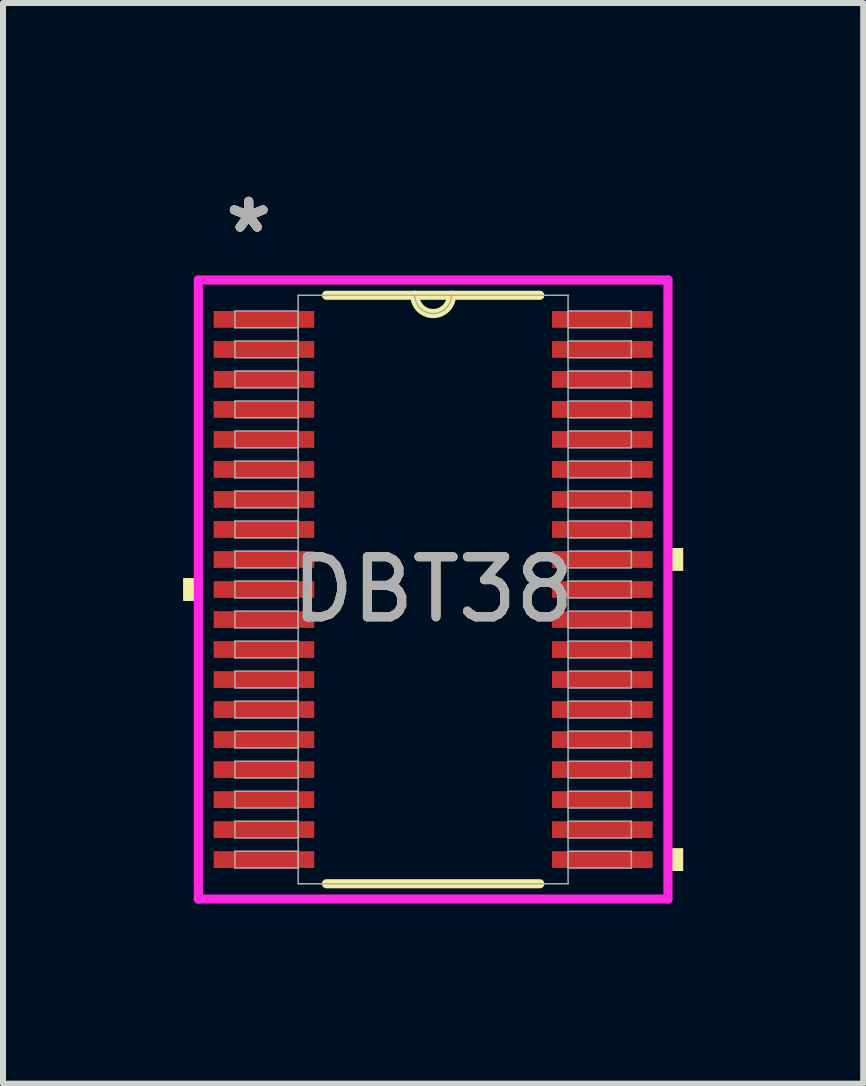
<source format=kicad_pcb>
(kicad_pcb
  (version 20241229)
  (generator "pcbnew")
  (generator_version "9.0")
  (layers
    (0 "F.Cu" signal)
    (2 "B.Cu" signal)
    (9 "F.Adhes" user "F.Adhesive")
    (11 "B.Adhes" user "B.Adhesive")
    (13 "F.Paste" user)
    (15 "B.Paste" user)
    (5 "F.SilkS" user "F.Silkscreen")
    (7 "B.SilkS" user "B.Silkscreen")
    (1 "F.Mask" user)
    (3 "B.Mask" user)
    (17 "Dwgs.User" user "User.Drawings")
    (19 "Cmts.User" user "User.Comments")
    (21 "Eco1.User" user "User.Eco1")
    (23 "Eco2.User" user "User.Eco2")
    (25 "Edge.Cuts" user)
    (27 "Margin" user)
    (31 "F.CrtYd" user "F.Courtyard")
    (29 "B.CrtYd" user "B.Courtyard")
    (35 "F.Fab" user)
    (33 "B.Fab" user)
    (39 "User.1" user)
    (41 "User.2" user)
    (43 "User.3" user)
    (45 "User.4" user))
  (footprint "DBT38"
    (layer "F.Cu")
    (at 4.166 6.771)
    (property "Reference" "DBT38" (at 0 0 0) (unlocked yes) (layer "F.SilkS") (effects (font (size 1 1) (thickness 0.15))))
    (attr smd)
    (fp_line (start -1.777 4.902) (end 1.777 4.902) (stroke (width 0.152) (type solid)) (layer "F.SilkS"))
    (fp_line (start 1.777 -4.902) (end -1.777 -4.902) (stroke (width 0.152) (type solid)) (layer "F.SilkS"))
    (fp_arc (start 0.3048 -4.9022) (mid 0 -4.5974) (end -0.3048 -4.9022) (stroke (width 0.1524) (type solid)) (layer "F.SilkS"))
    (fp_poly (pts (xy -4.166 -0.191) (xy -4.166 0.191) (xy -3.912 0.191) (xy -3.912 -0.191)) (stroke (width 0) (type solid)) (fill yes) (layer "F.SilkS"))
    (fp_poly (pts (xy 4.166 -0.691) (xy 4.166 -0.31) (xy 3.912 -0.31) (xy 3.912 -0.691)) (stroke (width 0) (type solid)) (fill yes) (layer "F.SilkS"))
    (fp_poly (pts (xy 4.166 4.309) (xy 4.166 4.69) (xy 3.912 4.69) (xy 3.912 4.309)) (stroke (width 0) (type solid)) (fill yes) (layer "F.SilkS"))
    (fp_line (start -3.912 -5.156) (end 3.912 -5.156) (stroke (width 0.152) (type solid)) (layer "F.CrtYd"))
    (fp_line (start -3.912 5.156) (end -3.912 -5.156) (stroke (width 0.152) (type solid)) (layer "F.CrtYd"))
    (fp_line (start 3.912 -5.156) (end 3.912 5.156) (stroke (width 0.152) (type solid)) (layer "F.CrtYd"))
    (fp_line (start 3.912 5.156) (end -3.912 5.156) (stroke (width 0.152) (type solid)) (layer "F.CrtYd"))
    (fp_line (start -3.302 -4.64) (end -3.302 -4.36) (stroke (width 0.025) (type solid)) (layer "F.Fab"))
    (fp_line (start -3.302 -4.36) (end -2.248 -4.36) (stroke (width 0.025) (type solid)) (layer "F.Fab"))
    (fp_line (start -3.302 -4.14) (end -3.302 -3.86) (stroke (width 0.025) (type solid)) (layer "F.Fab"))
    (fp_line (start -3.302 -3.86) (end -2.248 -3.86) (stroke (width 0.025) (type solid)) (layer "F.Fab"))
    (fp_line (start -3.302 -3.64) (end -3.302 -3.36) (stroke (width 0.025) (type solid)) (layer "F.Fab"))
    (fp_line (start -3.302 -3.36) (end -2.248 -3.36) (stroke (width 0.025) (type solid)) (layer "F.Fab"))
    (fp_line (start -3.302 -3.14) (end -3.302 -2.86) (stroke (width 0.025) (type solid)) (layer "F.Fab"))
    (fp_line (start -3.302 -2.86) (end -2.248 -2.86) (stroke (width 0.025) (type solid)) (layer "F.Fab"))
    (fp_line (start -3.302 -2.64) (end -3.302 -2.36) (stroke (width 0.025) (type solid)) (layer "F.Fab"))
    (fp_line (start -3.302 -2.36) (end -2.248 -2.36) (stroke (width 0.025) (type solid)) (layer "F.Fab"))
    (fp_line (start -3.302 -2.14) (end -3.302 -1.86) (stroke (width 0.025) (type solid)) (layer "F.Fab"))
    (fp_line (start -3.302 -1.86) (end -2.248 -1.86) (stroke (width 0.025) (type solid)) (layer "F.Fab"))
    (fp_line (start -3.302 -1.64) (end -3.302 -1.36) (stroke (width 0.025) (type solid)) (layer "F.Fab"))
    (fp_line (start -3.302 -1.36) (end -2.248 -1.36) (stroke (width 0.025) (type solid)) (layer "F.Fab"))
    (fp_line (start -3.302 -1.14) (end -3.302 -0.86) (stroke (width 0.025) (type solid)) (layer "F.Fab"))
    (fp_line (start -3.302 -0.86) (end -2.248 -0.86) (stroke (width 0.025) (type solid)) (layer "F.Fab"))
    (fp_line (start -3.302 -0.64) (end -3.302 -0.36) (stroke (width 0.025) (type solid)) (layer "F.Fab"))
    (fp_line (start -3.302 -0.36) (end -2.248 -0.36) (stroke (width 0.025) (type solid)) (layer "F.Fab"))
    (fp_line (start -3.302 -0.14) (end -3.302 0.14) (stroke (width 0.025) (type solid)) (layer "F.Fab"))
    (fp_line (start -3.302 0.14) (end -2.248 0.14) (stroke (width 0.025) (type solid)) (layer "F.Fab"))
    (fp_line (start -3.302 0.36) (end -3.302 0.64) (stroke (width 0.025) (type solid)) (layer "F.Fab"))
    (fp_line (start -3.302 0.64) (end -2.248 0.64) (stroke (width 0.025) (type solid)) (layer "F.Fab"))
    (fp_line (start -3.302 0.86) (end -3.302 1.14) (stroke (width 0.025) (type solid)) (layer "F.Fab"))
    (fp_line (start -3.302 1.14) (end -2.248 1.14) (stroke (width 0.025) (type solid)) (layer "F.Fab"))
    (fp_line (start -3.302 1.36) (end -3.302 1.64) (stroke (width 0.025) (type solid)) (layer "F.Fab"))
    (fp_line (start -3.302 1.64) (end -2.248 1.64) (stroke (width 0.025) (type solid)) (layer "F.Fab"))
    (fp_line (start -3.302 1.86) (end -3.302 2.14) (stroke (width 0.025) (type solid)) (layer "F.Fab"))
    (fp_line (start -3.302 2.14) (end -2.248 2.14) (stroke (width 0.025) (type solid)) (layer "F.Fab"))
    (fp_line (start -3.302 2.36) (end -3.302 2.64) (stroke (width 0.025) (type solid)) (layer "F.Fab"))
    (fp_line (start -3.302 2.64) (end -2.248 2.64) (stroke (width 0.025) (type solid)) (layer "F.Fab"))
    (fp_line (start -3.302 2.86) (end -3.302 3.14) (stroke (width 0.025) (type solid)) (layer "F.Fab"))
    (fp_line (start -3.302 3.14) (end -2.248 3.14) (stroke (width 0.025) (type solid)) (layer "F.Fab"))
    (fp_line (start -3.302 3.36) (end -3.302 3.64) (stroke (width 0.025) (type solid)) (layer "F.Fab"))
    (fp_line (start -3.302 3.64) (end -2.248 3.64) (stroke (width 0.025) (type solid)) (layer "F.Fab"))
    (fp_line (start -3.302 3.86) (end -3.302 4.14) (stroke (width 0.025) (type solid)) (layer "F.Fab"))
    (fp_line (start -3.302 4.14) (end -2.248 4.14) (stroke (width 0.025) (type solid)) (layer "F.Fab"))
    (fp_line (start -3.302 4.36) (end -3.302 4.64) (stroke (width 0.025) (type solid)) (layer "F.Fab"))
    (fp_line (start -3.302 4.64) (end -2.248 4.64) (stroke (width 0.025) (type solid)) (layer "F.Fab"))
    (fp_line (start -2.248 -4.902) (end -2.248 4.902) (stroke (width 0.025) (type solid)) (layer "F.Fab"))
    (fp_line (start -2.248 -4.64) (end -3.302 -4.64) (stroke (width 0.025) (type solid)) (layer "F.Fab"))
    (fp_line (start -2.248 -4.36) (end -2.248 -4.64) (stroke (width 0.025) (type solid)) (layer "F.Fab"))
    (fp_line (start -2.248 -4.14) (end -3.302 -4.14) (stroke (width 0.025) (type solid)) (layer "F.Fab"))
    (fp_line (start -2.248 -3.86) (end -2.248 -4.14) (stroke (width 0.025) (type solid)) (layer "F.Fab"))
    (fp_line (start -2.248 -3.64) (end -3.302 -3.64) (stroke (width 0.025) (type solid)) (layer "F.Fab"))
    (fp_line (start -2.248 -3.36) (end -2.248 -3.64) (stroke (width 0.025) (type solid)) (layer "F.Fab"))
    (fp_line (start -2.248 -3.14) (end -3.302 -3.14) (stroke (width 0.025) (type solid)) (layer "F.Fab"))
    (fp_line (start -2.248 -2.86) (end -2.248 -3.14) (stroke (width 0.025) (type solid)) (layer "F.Fab"))
    (fp_line (start -2.248 -2.64) (end -3.302 -2.64) (stroke (width 0.025) (type solid)) (layer "F.Fab"))
    (fp_line (start -2.248 -2.36) (end -2.248 -2.64) (stroke (width 0.025) (type solid)) (layer "F.Fab"))
    (fp_line (start -2.248 -2.14) (end -3.302 -2.14) (stroke (width 0.025) (type solid)) (layer "F.Fab"))
    (fp_line (start -2.248 -1.86) (end -2.248 -2.14) (stroke (width 0.025) (type solid)) (layer "F.Fab"))
    (fp_line (start -2.248 -1.64) (end -3.302 -1.64) (stroke (width 0.025) (type solid)) (layer "F.Fab"))
    (fp_line (start -2.248 -1.36) (end -2.248 -1.64) (stroke (width 0.025) (type solid)) (layer "F.Fab"))
    (fp_line (start -2.248 -1.14) (end -3.302 -1.14) (stroke (width 0.025) (type solid)) (layer "F.Fab"))
    (fp_line (start -2.248 -0.86) (end -2.248 -1.14) (stroke (width 0.025) (type solid)) (layer "F.Fab"))
    (fp_line (start -2.248 -0.64) (end -3.302 -0.64) (stroke (width 0.025) (type solid)) (layer "F.Fab"))
    (fp_line (start -2.248 -0.36) (end -2.248 -0.64) (stroke (width 0.025) (type solid)) (layer "F.Fab"))
    (fp_line (start -2.248 -0.14) (end -3.302 -0.14) (stroke (width 0.025) (type solid)) (layer "F.Fab"))
    (fp_line (start -2.248 0.14) (end -2.248 -0.14) (stroke (width 0.025) (type solid)) (layer "F.Fab"))
    (fp_line (start -2.248 0.36) (end -3.302 0.36) (stroke (width 0.025) (type solid)) (layer "F.Fab"))
    (fp_line (start -2.248 0.64) (end -2.248 0.36) (stroke (width 0.025) (type solid)) (layer "F.Fab"))
    (fp_line (start -2.248 0.86) (end -3.302 0.86) (stroke (width 0.025) (type solid)) (layer "F.Fab"))
    (fp_line (start -2.248 1.14) (end -2.248 0.86) (stroke (width 0.025) (type solid)) (layer "F.Fab"))
    (fp_line (start -2.248 1.36) (end -3.302 1.36) (stroke (width 0.025) (type solid)) (layer "F.Fab"))
    (fp_line (start -2.248 1.64) (end -2.248 1.36) (stroke (width 0.025) (type solid)) (layer "F.Fab"))
    (fp_line (start -2.248 1.86) (end -3.302 1.86) (stroke (width 0.025) (type solid)) (layer "F.Fab"))
    (fp_line (start -2.248 2.14) (end -2.248 1.86) (stroke (width 0.025) (type solid)) (layer "F.Fab"))
    (fp_line (start -2.248 2.36) (end -3.302 2.36) (stroke (width 0.025) (type solid)) (layer "F.Fab"))
    (fp_line (start -2.248 2.64) (end -2.248 2.36) (stroke (width 0.025) (type solid)) (layer "F.Fab"))
    (fp_line (start -2.248 2.86) (end -3.302 2.86) (stroke (width 0.025) (type solid)) (layer "F.Fab"))
    (fp_line (start -2.248 3.14) (end -2.248 2.86) (stroke (width 0.025) (type solid)) (layer "F.Fab"))
    (fp_line (start -2.248 3.36) (end -3.302 3.36) (stroke (width 0.025) (type solid)) (layer "F.Fab"))
    (fp_line (start -2.248 3.64) (end -2.248 3.36) (stroke (width 0.025) (type solid)) (layer "F.Fab"))
    (fp_line (start -2.248 3.86) (end -3.302 3.86) (stroke (width 0.025) (type solid)) (layer "F.Fab"))
    (fp_line (start -2.248 4.14) (end -2.248 3.86) (stroke (width 0.025) (type solid)) (layer "F.Fab"))
    (fp_line (start -2.248 4.36) (end -3.302 4.36) (stroke (width 0.025) (type solid)) (layer "F.Fab"))
    (fp_line (start -2.248 4.64) (end -2.248 4.36) (stroke (width 0.025) (type solid)) (layer "F.Fab"))
    (fp_line (start -2.248 4.902) (end 2.248 4.902) (stroke (width 0.025) (type solid)) (layer "F.Fab"))
    (fp_line (start 2.248 -4.902) (end -2.248 -4.902) (stroke (width 0.025) (type solid)) (layer "F.Fab"))
    (fp_line (start 2.248 -4.64) (end 2.248 -4.36) (stroke (width 0.025) (type solid)) (layer "F.Fab"))
    (fp_line (start 2.248 -4.36) (end 3.302 -4.36) (stroke (width 0.025) (type solid)) (layer "F.Fab"))
    (fp_line (start 2.248 -4.14) (end 2.248 -3.86) (stroke (width 0.025) (type solid)) (layer "F.Fab"))
    (fp_line (start 2.248 -3.86) (end 3.302 -3.86) (stroke (width 0.025) (type solid)) (layer "F.Fab"))
    (fp_line (start 2.248 -3.64) (end 2.248 -3.36) (stroke (width 0.025) (type solid)) (layer "F.Fab"))
    (fp_line (start 2.248 -3.36) (end 3.302 -3.36) (stroke (width 0.025) (type solid)) (layer "F.Fab"))
    (fp_line (start 2.248 -3.14) (end 2.248 -2.86) (stroke (width 0.025) (type solid)) (layer "F.Fab"))
    (fp_line (start 2.248 -2.86) (end 3.302 -2.86) (stroke (width 0.025) (type solid)) (layer "F.Fab"))
    (fp_line (start 2.248 -2.64) (end 2.248 -2.36) (stroke (width 0.025) (type solid)) (layer "F.Fab"))
    (fp_line (start 2.248 -2.36) (end 3.302 -2.36) (stroke (width 0.025) (type solid)) (layer "F.Fab"))
    (fp_line (start 2.248 -2.14) (end 2.248 -1.86) (stroke (width 0.025) (type solid)) (layer "F.Fab"))
    (fp_line (start 2.248 -1.86) (end 3.302 -1.86) (stroke (width 0.025) (type solid)) (layer "F.Fab"))
    (fp_line (start 2.248 -1.64) (end 2.248 -1.36) (stroke (width 0.025) (type solid)) (layer "F.Fab"))
    (fp_line (start 2.248 -1.36) (end 3.302 -1.36) (stroke (width 0.025) (type solid)) (layer "F.Fab"))
    (fp_line (start 2.248 -1.14) (end 2.248 -0.86) (stroke (width 0.025) (type solid)) (layer "F.Fab"))
    (fp_line (start 2.248 -0.86) (end 3.302 -0.86) (stroke (width 0.025) (type solid)) (layer "F.Fab"))
    (fp_line (start 2.248 -0.64) (end 2.248 -0.36) (stroke (width 0.025) (type solid)) (layer "F.Fab"))
    (fp_line (start 2.248 -0.36) (end 3.302 -0.36) (stroke (width 0.025) (type solid)) (layer "F.Fab"))
    (fp_line (start 2.248 -0.14) (end 2.248 0.14) (stroke (width 0.025) (type solid)) (layer "F.Fab"))
    (fp_line (start 2.248 0.14) (end 3.302 0.14) (stroke (width 0.025) (type solid)) (layer "F.Fab"))
    (fp_line (start 2.248 0.36) (end 2.248 0.64) (stroke (width 0.025) (type solid)) (layer "F.Fab"))
    (fp_line (start 2.248 0.64) (end 3.302 0.64) (stroke (width 0.025) (type solid)) (layer "F.Fab"))
    (fp_line (start 2.248 0.86) (end 2.248 1.14) (stroke (width 0.025) (type solid)) (layer "F.Fab"))
    (fp_line (start 2.248 1.14) (end 3.302 1.14) (stroke (width 0.025) (type solid)) (layer "F.Fab"))
    (fp_line (start 2.248 1.36) (end 2.248 1.64) (stroke (width 0.025) (type solid)) (layer "F.Fab"))
    (fp_line (start 2.248 1.64) (end 3.302 1.64) (stroke (width 0.025) (type solid)) (layer "F.Fab"))
    (fp_line (start 2.248 1.86) (end 2.248 2.14) (stroke (width 0.025) (type solid)) (layer "F.Fab"))
    (fp_line (start 2.248 2.14) (end 3.302 2.14) (stroke (width 0.025) (type solid)) (layer "F.Fab"))
    (fp_line (start 2.248 2.36) (end 2.248 2.64) (stroke (width 0.025) (type solid)) (layer "F.Fab"))
    (fp_line (start 2.248 2.64) (end 3.302 2.64) (stroke (width 0.025) (type solid)) (layer "F.Fab"))
    (fp_line (start 2.248 2.86) (end 2.248 3.14) (stroke (width 0.025) (type solid)) (layer "F.Fab"))
    (fp_line (start 2.248 3.14) (end 3.302 3.14) (stroke (width 0.025) (type solid)) (layer "F.Fab"))
    (fp_line (start 2.248 3.36) (end 2.248 3.64) (stroke (width 0.025) (type solid)) (layer "F.Fab"))
    (fp_line (start 2.248 3.64) (end 3.302 3.64) (stroke (width 0.025) (type solid)) (layer "F.Fab"))
    (fp_line (start 2.248 3.86) (end 2.248 4.14) (stroke (width 0.025) (type solid)) (layer "F.Fab"))
    (fp_line (start 2.248 4.14) (end 3.302 4.14) (stroke (width 0.025) (type solid)) (layer "F.Fab"))
    (fp_line (start 2.248 4.36) (end 2.248 4.64) (stroke (width 0.025) (type solid)) (layer "F.Fab"))
    (fp_line (start 2.248 4.64) (end 3.302 4.64) (stroke (width 0.025) (type solid)) (layer "F.Fab"))
    (fp_line (start 2.248 4.902) (end 2.248 -4.902) (stroke (width 0.025) (type solid)) (layer "F.Fab"))
    (fp_line (start 3.302 -4.64) (end 2.248 -4.64) (stroke (width 0.025) (type solid)) (layer "F.Fab"))
    (fp_line (start 3.302 -4.36) (end 3.302 -4.64) (stroke (width 0.025) (type solid)) (layer "F.Fab"))
    (fp_line (start 3.302 -4.14) (end 2.248 -4.14) (stroke (width 0.025) (type solid)) (layer "F.Fab"))
    (fp_line (start 3.302 -3.86) (end 3.302 -4.14) (stroke (width 0.025) (type solid)) (layer "F.Fab"))
    (fp_line (start 3.302 -3.64) (end 2.248 -3.64) (stroke (width 0.025) (type solid)) (layer "F.Fab"))
    (fp_line (start 3.302 -3.36) (end 3.302 -3.64) (stroke (width 0.025) (type solid)) (layer "F.Fab"))
    (fp_line (start 3.302 -3.14) (end 2.248 -3.14) (stroke (width 0.025) (type solid)) (layer "F.Fab"))
    (fp_line (start 3.302 -2.86) (end 3.302 -3.14) (stroke (width 0.025) (type solid)) (layer "F.Fab"))
    (fp_line (start 3.302 -2.64) (end 2.248 -2.64) (stroke (width 0.025) (type solid)) (layer "F.Fab"))
    (fp_line (start 3.302 -2.36) (end 3.302 -2.64) (stroke (width 0.025) (type solid)) (layer "F.Fab"))
    (fp_line (start 3.302 -2.14) (end 2.248 -2.14) (stroke (width 0.025) (type solid)) (layer "F.Fab"))
    (fp_line (start 3.302 -1.86) (end 3.302 -2.14) (stroke (width 0.025) (type solid)) (layer "F.Fab"))
    (fp_line (start 3.302 -1.64) (end 2.248 -1.64) (stroke (width 0.025) (type solid)) (layer "F.Fab"))
    (fp_line (start 3.302 -1.36) (end 3.302 -1.64) (stroke (width 0.025) (type solid)) (layer "F.Fab"))
    (fp_line (start 3.302 -1.14) (end 2.248 -1.14) (stroke (width 0.025) (type solid)) (layer "F.Fab"))
    (fp_line (start 3.302 -0.86) (end 3.302 -1.14) (stroke (width 0.025) (type solid)) (layer "F.Fab"))
    (fp_line (start 3.302 -0.64) (end 2.248 -0.64) (stroke (width 0.025) (type solid)) (layer "F.Fab"))
    (fp_line (start 3.302 -0.36) (end 3.302 -0.64) (stroke (width 0.025) (type solid)) (layer "F.Fab"))
    (fp_line (start 3.302 -0.14) (end 2.248 -0.14) (stroke (width 0.025) (type solid)) (layer "F.Fab"))
    (fp_line (start 3.302 0.14) (end 3.302 -0.14) (stroke (width 0.025) (type solid)) (layer "F.Fab"))
    (fp_line (start 3.302 0.36) (end 2.248 0.36) (stroke (width 0.025) (type solid)) (layer "F.Fab"))
    (fp_line (start 3.302 0.64) (end 3.302 0.36) (stroke (width 0.025) (type solid)) (layer "F.Fab"))
    (fp_line (start 3.302 0.86) (end 2.248 0.86) (stroke (width 0.025) (type solid)) (layer "F.Fab"))
    (fp_line (start 3.302 1.14) (end 3.302 0.86) (stroke (width 0.025) (type solid)) (layer "F.Fab"))
    (fp_line (start 3.302 1.36) (end 2.248 1.36) (stroke (width 0.025) (type solid)) (layer "F.Fab"))
    (fp_line (start 3.302 1.64) (end 3.302 1.36) (stroke (width 0.025) (type solid)) (layer "F.Fab"))
    (fp_line (start 3.302 1.86) (end 2.248 1.86) (stroke (width 0.025) (type solid)) (layer "F.Fab"))
    (fp_line (start 3.302 2.14) (end 3.302 1.86) (stroke (width 0.025) (type solid)) (layer "F.Fab"))
    (fp_line (start 3.302 2.36) (end 2.248 2.36) (stroke (width 0.025) (type solid)) (layer "F.Fab"))
    (fp_line (start 3.302 2.64) (end 3.302 2.36) (stroke (width 0.025) (type solid)) (layer "F.Fab"))
    (fp_line (start 3.302 2.86) (end 2.248 2.86) (stroke (width 0.025) (type solid)) (layer "F.Fab"))
    (fp_line (start 3.302 3.14) (end 3.302 2.86) (stroke (width 0.025) (type solid)) (layer "F.Fab"))
    (fp_line (start 3.302 3.36) (end 2.248 3.36) (stroke (width 0.025) (type solid)) (layer "F.Fab"))
    (fp_line (start 3.302 3.64) (end 3.302 3.36) (stroke (width 0.025) (type solid)) (layer "F.Fab"))
    (fp_line (start 3.302 3.86) (end 2.248 3.86) (stroke (width 0.025) (type solid)) (layer "F.Fab"))
    (fp_line (start 3.302 4.14) (end 3.302 3.86) (stroke (width 0.025) (type solid)) (layer "F.Fab"))
    (fp_line (start 3.302 4.36) (end 2.248 4.36) (stroke (width 0.025) (type solid)) (layer "F.Fab"))
    (fp_line (start 3.302 4.64) (end 3.302 4.36) (stroke (width 0.025) (type solid)) (layer "F.Fab"))
    (fp_arc (start 0.3048 -4.9022) (mid 0 -4.5974) (end -0.3048 -4.9022) (stroke (width 0.0254) (type solid)) (layer "F.Fab"))
    (fp_text user "*" (at -3.073 -5.922 0) (layer "F.SilkS") (effects (font (size 1 1) (thickness 0.15))))
    (fp_text user "*" (at -3.073 -5.922 0) (unlocked yes) (layer "F.SilkS") (effects (font (size 1 1) (thickness 0.15))))
    (fp_text user "*" (at -3.073 -5.922 0) (unlocked yes) (layer "F.Fab") (effects (font (size 1 1) (thickness 0.15))))
    (fp_text user "*" (at -3.073 -5.922 0) (layer "F.Fab") (effects (font (size 1 1) (thickness 0.15))))
    (fp_text user "${REFERENCE}" (at 0 0 0) (unlocked yes) (layer "F.Fab") (effects (font (size 1 1) (thickness 0.15))))
    (pad "1" smd rect (at -2.819 -4.5) (size 1.676 0.279) (layers "F.Cu" "F.Mask" "F.Paste"))
    (pad "2" smd rect (at -2.819 -4) (size 1.676 0.279) (layers "F.Cu" "F.Mask" "F.Paste"))
    (pad "3" smd rect (at -2.819 -3.5) (size 1.676 0.279) (layers "F.Cu" "F.Mask" "F.Paste"))
    (pad "4" smd rect (at -2.819 -3) (size 1.676 0.279) (layers "F.Cu" "F.Mask" "F.Paste"))
    (pad "5" smd rect (at -2.819 -2.5) (size 1.676 0.279) (layers "F.Cu" "F.Mask" "F.Paste"))
    (pad "6" smd rect (at -2.819 -2) (size 1.676 0.279) (layers "F.Cu" "F.Mask" "F.Paste"))
    (pad "7" smd rect (at -2.819 -1.5) (size 1.676 0.279) (layers "F.Cu" "F.Mask" "F.Paste"))
    (pad "8" smd rect (at -2.819 -1) (size 1.676 0.279) (layers "F.Cu" "F.Mask" "F.Paste"))
    (pad "9" smd rect (at -2.819 -0.5) (size 1.676 0.279) (layers "F.Cu" "F.Mask" "F.Paste"))
    (pad "10" smd rect (at -2.819 0) (size 1.676 0.279) (layers "F.Cu" "F.Mask" "F.Paste"))
    (pad "11" smd rect (at -2.819 0.5) (size 1.676 0.279) (layers "F.Cu" "F.Mask" "F.Paste"))
    (pad "12" smd rect (at -2.819 1) (size 1.676 0.279) (layers "F.Cu" "F.Mask" "F.Paste"))
    (pad "13" smd rect (at -2.819 1.5) (size 1.676 0.279) (layers "F.Cu" "F.Mask" "F.Paste"))
    (pad "14" smd rect (at -2.819 2) (size 1.676 0.279) (layers "F.Cu" "F.Mask" "F.Paste"))
    (pad "15" smd rect (at -2.819 2.5) (size 1.676 0.279) (layers "F.Cu" "F.Mask" "F.Paste"))
    (pad "16" smd rect (at -2.819 3) (size 1.676 0.279) (layers "F.Cu" "F.Mask" "F.Paste"))
    (pad "17" smd rect (at -2.819 3.5) (size 1.676 0.279) (layers "F.Cu" "F.Mask" "F.Paste"))
    (pad "18" smd rect (at -2.819 4) (size 1.676 0.279) (layers "F.Cu" "F.Mask" "F.Paste"))
    (pad "19" smd rect (at -2.819 4.5) (size 1.676 0.279) (layers "F.Cu" "F.Mask" "F.Paste"))
    (pad "20" smd rect (at 2.819 4.5) (size 1.676 0.279) (layers "F.Cu" "F.Mask" "F.Paste"))
    (pad "21" smd rect (at 2.819 4) (size 1.676 0.279) (layers "F.Cu" "F.Mask" "F.Paste"))
    (pad "22" smd rect (at 2.819 3.5) (size 1.676 0.279) (layers "F.Cu" "F.Mask" "F.Paste"))
    (pad "23" smd rect (at 2.819 3) (size 1.676 0.279) (layers "F.Cu" "F.Mask" "F.Paste"))
    (pad "24" smd rect (at 2.819 2.5) (size 1.676 0.279) (layers "F.Cu" "F.Mask" "F.Paste"))
    (pad "25" smd rect (at 2.819 2) (size 1.676 0.279) (layers "F.Cu" "F.Mask" "F.Paste"))
    (pad "26" smd rect (at 2.819 1.5) (size 1.676 0.279) (layers "F.Cu" "F.Mask" "F.Paste"))
    (pad "27" smd rect (at 2.819 1) (size 1.676 0.279) (layers "F.Cu" "F.Mask" "F.Paste"))
    (pad "28" smd rect (at 2.819 0.5) (size 1.676 0.279) (layers "F.Cu" "F.Mask" "F.Paste"))
    (pad "29" smd rect (at 2.819 0) (size 1.676 0.279) (layers "F.Cu" "F.Mask" "F.Paste"))
    (pad "30" smd rect (at 2.819 -0.5) (size 1.676 0.279) (layers "F.Cu" "F.Mask" "F.Paste"))
    (pad "31" smd rect (at 2.819 -1) (size 1.676 0.279) (layers "F.Cu" "F.Mask" "F.Paste"))
    (pad "32" smd rect (at 2.819 -1.5) (size 1.676 0.279) (layers "F.Cu" "F.Mask" "F.Paste"))
    (pad "33" smd rect (at 2.819 -2) (size 1.676 0.279) (layers "F.Cu" "F.Mask" "F.Paste"))
    (pad "34" smd rect (at 2.819 -2.5) (size 1.676 0.279) (layers "F.Cu" "F.Mask" "F.Paste"))
    (pad "35" smd rect (at 2.819 -3) (size 1.676 0.279) (layers "F.Cu" "F.Mask" "F.Paste"))
    (pad "36" smd rect (at 2.819 -3.5) (size 1.676 0.279) (layers "F.Cu" "F.Mask" "F.Paste"))
    (pad "37" smd rect (at 2.819 -4) (size 1.676 0.279) (layers "F.Cu" "F.Mask" "F.Paste"))
    (pad "38" smd rect (at 2.819 -4.5) (size 1.676 0.279) (layers "F.Cu" "F.Mask" "F.Paste")))
  (gr_rect
    (start -3 -3)
    (end 11.331 15.003)
    (stroke (width 0.1) (type default))
    (fill no)
    (layer "Edge.Cuts")))
</source>
